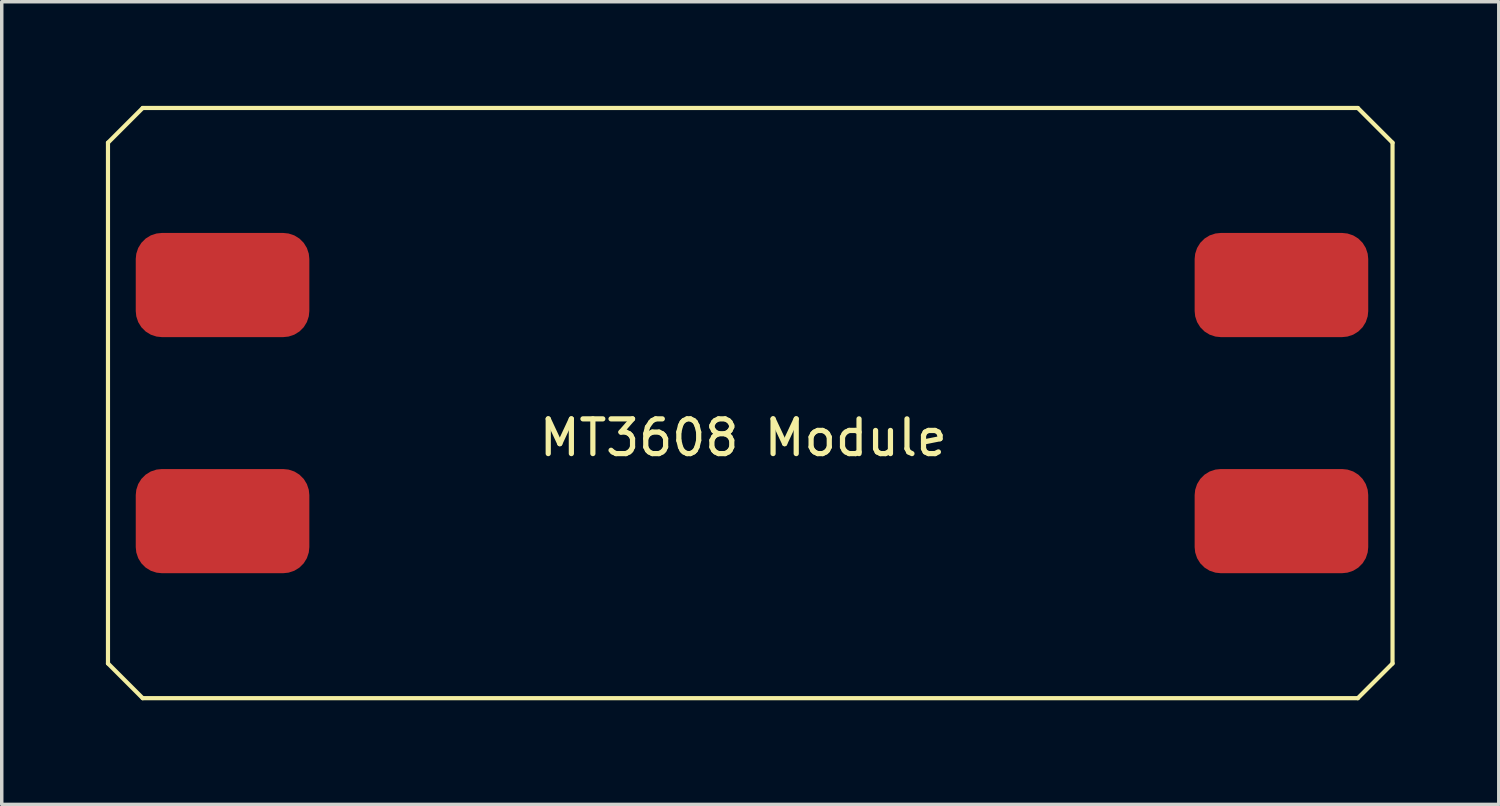
<source format=kicad_pcb>
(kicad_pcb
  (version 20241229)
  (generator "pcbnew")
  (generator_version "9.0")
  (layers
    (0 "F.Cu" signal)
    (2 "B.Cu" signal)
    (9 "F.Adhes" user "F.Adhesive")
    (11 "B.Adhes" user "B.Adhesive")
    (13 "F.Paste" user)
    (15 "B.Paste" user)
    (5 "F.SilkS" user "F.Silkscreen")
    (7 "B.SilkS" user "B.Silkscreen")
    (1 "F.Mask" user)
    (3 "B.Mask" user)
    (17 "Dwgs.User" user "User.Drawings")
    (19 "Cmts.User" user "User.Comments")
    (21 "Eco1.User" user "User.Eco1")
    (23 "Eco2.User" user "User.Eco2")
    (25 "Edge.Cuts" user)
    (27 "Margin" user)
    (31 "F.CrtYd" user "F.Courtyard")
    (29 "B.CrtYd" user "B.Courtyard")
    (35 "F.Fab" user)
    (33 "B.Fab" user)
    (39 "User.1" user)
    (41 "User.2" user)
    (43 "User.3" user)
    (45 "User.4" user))
  (footprint "MT3608 Module"
    (layer "F.Cu")
    (at 18.36 9.06)
    (property "Reference" "MT3608 Module" (at 0 0.5 0) (layer "F.SilkS") (effects (font (size 1 1) (thickness 0.15))))
    (attr through_hole)
    (fp_line (start -18.3 -8) (end -17.3 -9) (stroke (width 0.12) (type solid)) (layer "F.SilkS"))
    (fp_line (start -18.3 7) (end -18.3 -8) (stroke (width 0.12) (type solid)) (layer "F.SilkS"))
    (fp_line (start -18.3 7) (end -17.3 8) (stroke (width 0.12) (type solid)) (layer "F.SilkS"))
    (fp_line (start -17.3 -9) (end 17.7 -9) (stroke (width 0.12) (type solid)) (layer "F.SilkS"))
    (fp_line (start -17.3 8) (end 17.7 8) (stroke (width 0.12) (type solid)) (layer "F.SilkS"))
    (fp_line (start 17.7 8) (end 18.7 7) (stroke (width 0.12) (type solid)) (layer "F.SilkS"))
    (fp_line (start 18.7 -8) (end 17.7 -9) (stroke (width 0.12) (type solid)) (layer "F.SilkS"))
    (fp_line (start 18.7 7) (end 18.7 -8) (stroke (width 0.12) (type solid)) (layer "F.SilkS"))
    (pad "1" smd roundrect (at -15 2.9) (size 5 3) (layers "F.Cu" "F.Mask" "F.Paste") (roundrect_rratio 0.25))
    (pad "2" smd roundrect (at -15 -3.9) (size 5 3) (layers "F.Cu" "F.Mask" "F.Paste") (roundrect_rratio 0.25))
    (pad "3" smd roundrect (at 15.5 -3.9) (size 5 3) (layers "F.Cu" "F.Mask" "F.Paste") (roundrect_rratio 0.25))
    (pad "4" smd roundrect (at 15.5 2.9) (size 5 3) (layers "F.Cu" "F.Mask" "F.Paste") (roundrect_rratio 0.25)))
  (gr_rect
    (start -3 -3)
    (end 40.12 20.12)
    (stroke (width 0.1) (type default))
    (fill no)
    (layer "Edge.Cuts")))
</source>
